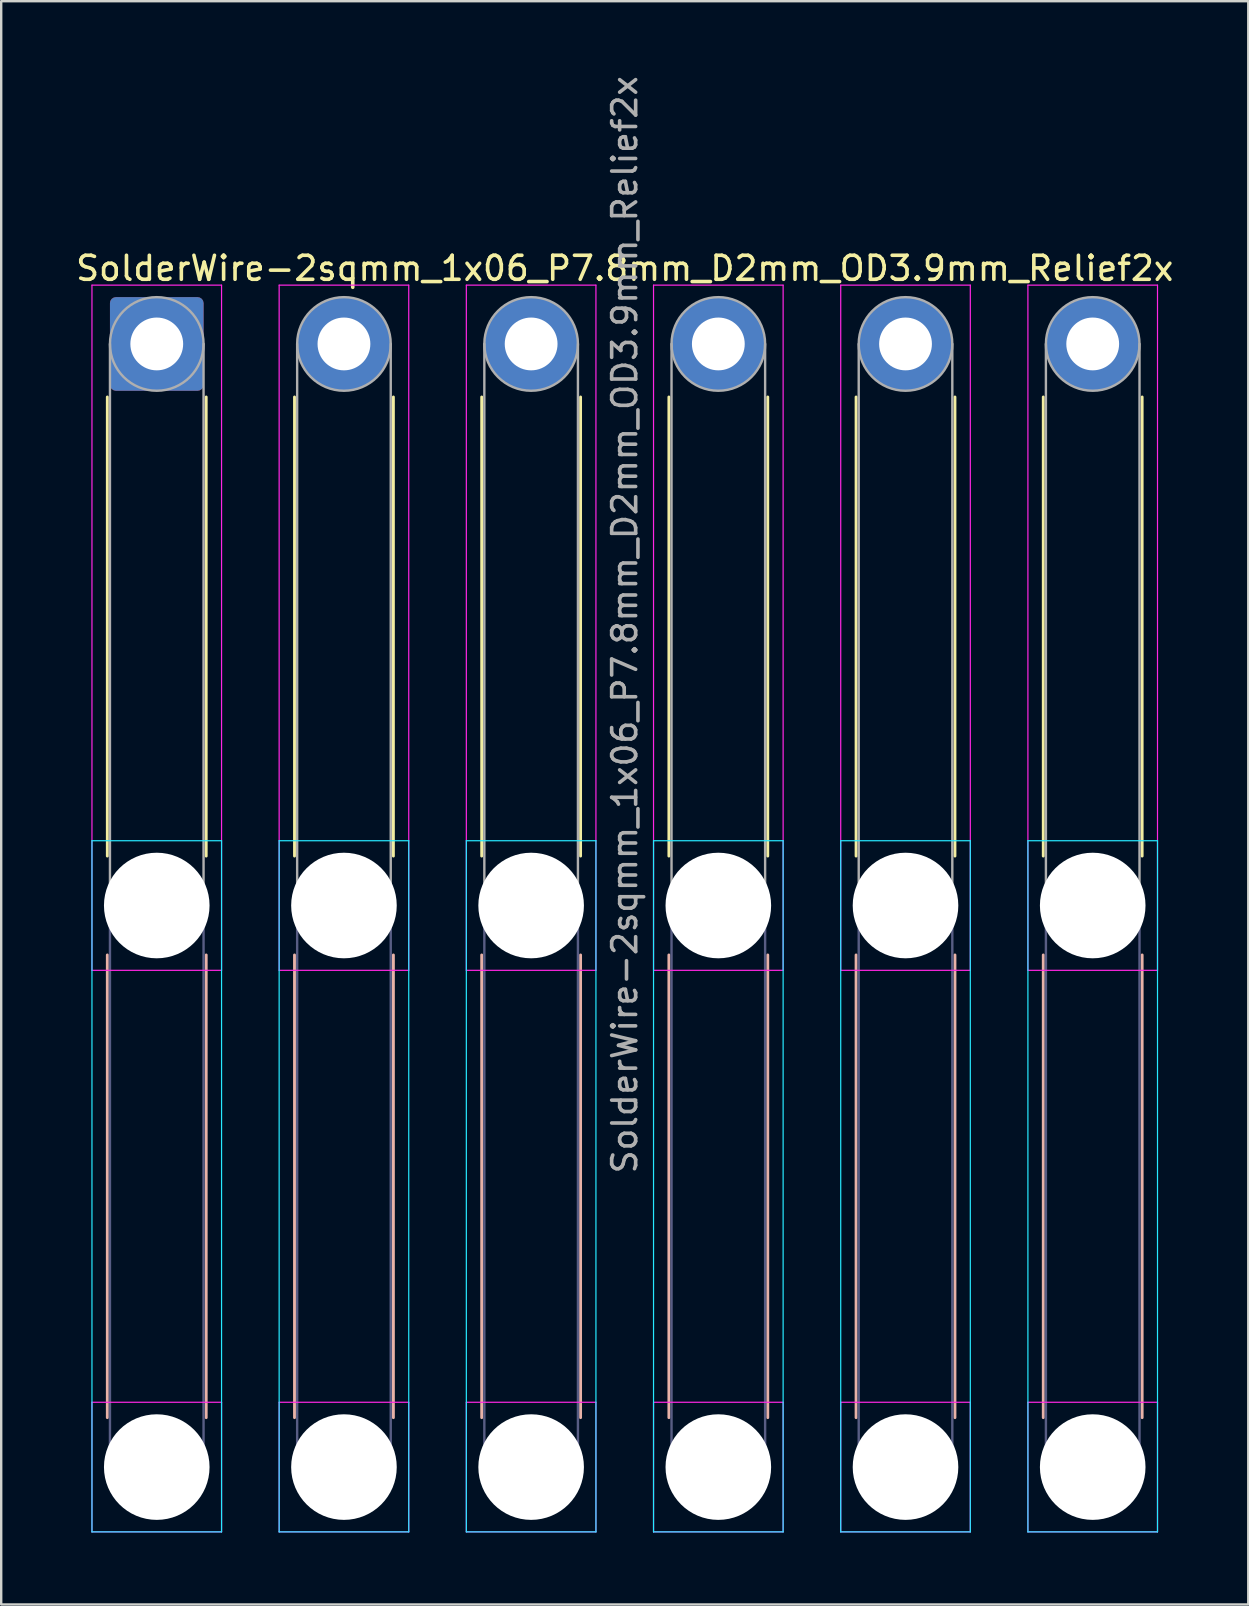
<source format=kicad_pcb>
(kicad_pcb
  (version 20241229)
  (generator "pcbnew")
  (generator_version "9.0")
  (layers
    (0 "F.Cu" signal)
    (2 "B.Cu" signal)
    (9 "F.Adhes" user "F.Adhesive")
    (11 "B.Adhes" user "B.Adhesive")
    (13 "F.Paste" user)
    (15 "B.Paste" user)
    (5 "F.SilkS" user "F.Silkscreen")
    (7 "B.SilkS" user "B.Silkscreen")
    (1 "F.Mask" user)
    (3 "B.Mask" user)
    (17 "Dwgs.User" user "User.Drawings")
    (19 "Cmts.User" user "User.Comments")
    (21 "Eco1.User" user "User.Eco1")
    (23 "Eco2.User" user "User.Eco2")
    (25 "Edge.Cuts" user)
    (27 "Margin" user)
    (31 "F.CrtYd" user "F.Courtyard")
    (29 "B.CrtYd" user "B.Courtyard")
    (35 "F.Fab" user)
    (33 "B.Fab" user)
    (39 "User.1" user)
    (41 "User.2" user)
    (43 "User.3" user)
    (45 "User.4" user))
  (footprint "SolderWire-2sqmm_1x06_P7.8mm_D2mm_OD3.9mm_Relief2x"
    (layer "F.Cu")
    (at 3.482 11.282)
    (property "Reference" "SolderWire-2sqmm_1x06_P7.8mm_D2mm_OD3.9mm_Relief2x" (at 19.5 -3.15 0) (layer "F.SilkS") (effects (font (size 1 1) (thickness 0.15))))
    (attr exclude_from_pos_files exclude_from_bom)
    (fp_line (start -2.06 2.21) (end -2.06 21.34) (stroke (width 0.12) (type solid)) (layer "F.SilkS"))
    (fp_line (start 2.06 2.21) (end 2.06 21.34) (stroke (width 0.12) (type solid)) (layer "F.SilkS"))
    (fp_line (start 5.74 2.21) (end 5.74 21.34) (stroke (width 0.12) (type solid)) (layer "F.SilkS"))
    (fp_line (start 9.86 2.21) (end 9.86 21.34) (stroke (width 0.12) (type solid)) (layer "F.SilkS"))
    (fp_line (start 13.54 2.21) (end 13.54 21.34) (stroke (width 0.12) (type solid)) (layer "F.SilkS"))
    (fp_line (start 17.66 2.21) (end 17.66 21.34) (stroke (width 0.12) (type solid)) (layer "F.SilkS"))
    (fp_line (start 21.34 2.21) (end 21.34 21.34) (stroke (width 0.12) (type solid)) (layer "F.SilkS"))
    (fp_line (start 25.46 2.21) (end 25.46 21.34) (stroke (width 0.12) (type solid)) (layer "F.SilkS"))
    (fp_line (start 29.14 2.21) (end 29.14 21.34) (stroke (width 0.12) (type solid)) (layer "F.SilkS"))
    (fp_line (start 33.26 2.21) (end 33.26 21.34) (stroke (width 0.12) (type solid)) (layer "F.SilkS"))
    (fp_line (start 36.94 2.21) (end 36.94 21.34) (stroke (width 0.12) (type solid)) (layer "F.SilkS"))
    (fp_line (start 41.06 2.21) (end 41.06 21.34) (stroke (width 0.12) (type solid)) (layer "F.SilkS"))
    (fp_line (start -2.06 25.46) (end -2.06 44.74) (stroke (width 0.12) (type solid)) (layer "B.SilkS"))
    (fp_line (start 2.06 25.46) (end 2.06 44.74) (stroke (width 0.12) (type solid)) (layer "B.SilkS"))
    (fp_line (start 5.74 25.46) (end 5.74 44.74) (stroke (width 0.12) (type solid)) (layer "B.SilkS"))
    (fp_line (start 9.86 25.46) (end 9.86 44.74) (stroke (width 0.12) (type solid)) (layer "B.SilkS"))
    (fp_line (start 13.54 25.46) (end 13.54 44.74) (stroke (width 0.12) (type solid)) (layer "B.SilkS"))
    (fp_line (start 17.66 25.46) (end 17.66 44.74) (stroke (width 0.12) (type solid)) (layer "B.SilkS"))
    (fp_line (start 21.34 25.46) (end 21.34 44.74) (stroke (width 0.12) (type solid)) (layer "B.SilkS"))
    (fp_line (start 25.46 25.46) (end 25.46 44.74) (stroke (width 0.12) (type solid)) (layer "B.SilkS"))
    (fp_line (start 29.14 25.46) (end 29.14 44.74) (stroke (width 0.12) (type solid)) (layer "B.SilkS"))
    (fp_line (start 33.26 25.46) (end 33.26 44.74) (stroke (width 0.12) (type solid)) (layer "B.SilkS"))
    (fp_line (start 36.94 25.46) (end 36.94 44.74) (stroke (width 0.12) (type solid)) (layer "B.SilkS"))
    (fp_line (start 41.06 25.46) (end 41.06 44.74) (stroke (width 0.12) (type solid)) (layer "B.SilkS"))
    (fp_line (start -2.7 20.7) (end -2.7 49.5) (stroke (width 0.05) (type solid)) (layer "B.CrtYd"))
    (fp_line (start -2.7 49.5) (end 2.7 49.5) (stroke (width 0.05) (type solid)) (layer "B.CrtYd"))
    (fp_line (start 2.7 20.7) (end -2.7 20.7) (stroke (width 0.05) (type solid)) (layer "B.CrtYd"))
    (fp_line (start 2.7 49.5) (end 2.7 20.7) (stroke (width 0.05) (type solid)) (layer "B.CrtYd"))
    (fp_line (start 5.1 20.7) (end 5.1 49.5) (stroke (width 0.05) (type solid)) (layer "B.CrtYd"))
    (fp_line (start 5.1 49.5) (end 10.5 49.5) (stroke (width 0.05) (type solid)) (layer "B.CrtYd"))
    (fp_line (start 10.5 20.7) (end 5.1 20.7) (stroke (width 0.05) (type solid)) (layer "B.CrtYd"))
    (fp_line (start 10.5 49.5) (end 10.5 20.7) (stroke (width 0.05) (type solid)) (layer "B.CrtYd"))
    (fp_line (start 12.9 20.7) (end 12.9 49.5) (stroke (width 0.05) (type solid)) (layer "B.CrtYd"))
    (fp_line (start 12.9 49.5) (end 18.3 49.5) (stroke (width 0.05) (type solid)) (layer "B.CrtYd"))
    (fp_line (start 18.3 20.7) (end 12.9 20.7) (stroke (width 0.05) (type solid)) (layer "B.CrtYd"))
    (fp_line (start 18.3 49.5) (end 18.3 20.7) (stroke (width 0.05) (type solid)) (layer "B.CrtYd"))
    (fp_line (start 20.7 20.7) (end 20.7 49.5) (stroke (width 0.05) (type solid)) (layer "B.CrtYd"))
    (fp_line (start 20.7 49.5) (end 26.1 49.5) (stroke (width 0.05) (type solid)) (layer "B.CrtYd"))
    (fp_line (start 26.1 20.7) (end 20.7 20.7) (stroke (width 0.05) (type solid)) (layer "B.CrtYd"))
    (fp_line (start 26.1 49.5) (end 26.1 20.7) (stroke (width 0.05) (type solid)) (layer "B.CrtYd"))
    (fp_line (start 28.5 20.7) (end 28.5 49.5) (stroke (width 0.05) (type solid)) (layer "B.CrtYd"))
    (fp_line (start 28.5 49.5) (end 33.9 49.5) (stroke (width 0.05) (type solid)) (layer "B.CrtYd"))
    (fp_line (start 33.9 20.7) (end 28.5 20.7) (stroke (width 0.05) (type solid)) (layer "B.CrtYd"))
    (fp_line (start 33.9 49.5) (end 33.9 20.7) (stroke (width 0.05) (type solid)) (layer "B.CrtYd"))
    (fp_line (start 36.3 20.7) (end 36.3 49.5) (stroke (width 0.05) (type solid)) (layer "B.CrtYd"))
    (fp_line (start 36.3 49.5) (end 41.7 49.5) (stroke (width 0.05) (type solid)) (layer "B.CrtYd"))
    (fp_line (start 41.7 20.7) (end 36.3 20.7) (stroke (width 0.05) (type solid)) (layer "B.CrtYd"))
    (fp_line (start 41.7 49.5) (end 41.7 20.7) (stroke (width 0.05) (type solid)) (layer "B.CrtYd"))
    (fp_line (start -2.7 -2.45) (end -2.7 26.1) (stroke (width 0.05) (type solid)) (layer "F.CrtYd"))
    (fp_line (start -2.7 26.1) (end 2.7 26.1) (stroke (width 0.05) (type solid)) (layer "F.CrtYd"))
    (fp_line (start -2.7 44.1) (end -2.7 49.5) (stroke (width 0.05) (type solid)) (layer "F.CrtYd"))
    (fp_line (start -2.7 49.5) (end 2.7 49.5) (stroke (width 0.05) (type solid)) (layer "F.CrtYd"))
    (fp_line (start 2.7 -2.45) (end -2.7 -2.45) (stroke (width 0.05) (type solid)) (layer "F.CrtYd"))
    (fp_line (start 2.7 26.1) (end 2.7 -2.45) (stroke (width 0.05) (type solid)) (layer "F.CrtYd"))
    (fp_line (start 2.7 44.1) (end -2.7 44.1) (stroke (width 0.05) (type solid)) (layer "F.CrtYd"))
    (fp_line (start 2.7 49.5) (end 2.7 44.1) (stroke (width 0.05) (type solid)) (layer "F.CrtYd"))
    (fp_line (start 5.1 -2.45) (end 5.1 26.1) (stroke (width 0.05) (type solid)) (layer "F.CrtYd"))
    (fp_line (start 5.1 26.1) (end 10.5 26.1) (stroke (width 0.05) (type solid)) (layer "F.CrtYd"))
    (fp_line (start 5.1 44.1) (end 5.1 49.5) (stroke (width 0.05) (type solid)) (layer "F.CrtYd"))
    (fp_line (start 5.1 49.5) (end 10.5 49.5) (stroke (width 0.05) (type solid)) (layer "F.CrtYd"))
    (fp_line (start 10.5 -2.45) (end 5.1 -2.45) (stroke (width 0.05) (type solid)) (layer "F.CrtYd"))
    (fp_line (start 10.5 26.1) (end 10.5 -2.45) (stroke (width 0.05) (type solid)) (layer "F.CrtYd"))
    (fp_line (start 10.5 44.1) (end 5.1 44.1) (stroke (width 0.05) (type solid)) (layer "F.CrtYd"))
    (fp_line (start 10.5 49.5) (end 10.5 44.1) (stroke (width 0.05) (type solid)) (layer "F.CrtYd"))
    (fp_line (start 12.9 -2.45) (end 12.9 26.1) (stroke (width 0.05) (type solid)) (layer "F.CrtYd"))
    (fp_line (start 12.9 26.1) (end 18.3 26.1) (stroke (width 0.05) (type solid)) (layer "F.CrtYd"))
    (fp_line (start 12.9 44.1) (end 12.9 49.5) (stroke (width 0.05) (type solid)) (layer "F.CrtYd"))
    (fp_line (start 12.9 49.5) (end 18.3 49.5) (stroke (width 0.05) (type solid)) (layer "F.CrtYd"))
    (fp_line (start 18.3 -2.45) (end 12.9 -2.45) (stroke (width 0.05) (type solid)) (layer "F.CrtYd"))
    (fp_line (start 18.3 26.1) (end 18.3 -2.45) (stroke (width 0.05) (type solid)) (layer "F.CrtYd"))
    (fp_line (start 18.3 44.1) (end 12.9 44.1) (stroke (width 0.05) (type solid)) (layer "F.CrtYd"))
    (fp_line (start 18.3 49.5) (end 18.3 44.1) (stroke (width 0.05) (type solid)) (layer "F.CrtYd"))
    (fp_line (start 20.7 -2.45) (end 20.7 26.1) (stroke (width 0.05) (type solid)) (layer "F.CrtYd"))
    (fp_line (start 20.7 26.1) (end 26.1 26.1) (stroke (width 0.05) (type solid)) (layer "F.CrtYd"))
    (fp_line (start 20.7 44.1) (end 20.7 49.5) (stroke (width 0.05) (type solid)) (layer "F.CrtYd"))
    (fp_line (start 20.7 49.5) (end 26.1 49.5) (stroke (width 0.05) (type solid)) (layer "F.CrtYd"))
    (fp_line (start 26.1 -2.45) (end 20.7 -2.45) (stroke (width 0.05) (type solid)) (layer "F.CrtYd"))
    (fp_line (start 26.1 26.1) (end 26.1 -2.45) (stroke (width 0.05) (type solid)) (layer "F.CrtYd"))
    (fp_line (start 26.1 44.1) (end 20.7 44.1) (stroke (width 0.05) (type solid)) (layer "F.CrtYd"))
    (fp_line (start 26.1 49.5) (end 26.1 44.1) (stroke (width 0.05) (type solid)) (layer "F.CrtYd"))
    (fp_line (start 28.5 -2.45) (end 28.5 26.1) (stroke (width 0.05) (type solid)) (layer "F.CrtYd"))
    (fp_line (start 28.5 26.1) (end 33.9 26.1) (stroke (width 0.05) (type solid)) (layer "F.CrtYd"))
    (fp_line (start 28.5 44.1) (end 28.5 49.5) (stroke (width 0.05) (type solid)) (layer "F.CrtYd"))
    (fp_line (start 28.5 49.5) (end 33.9 49.5) (stroke (width 0.05) (type solid)) (layer "F.CrtYd"))
    (fp_line (start 33.9 -2.45) (end 28.5 -2.45) (stroke (width 0.05) (type solid)) (layer "F.CrtYd"))
    (fp_line (start 33.9 26.1) (end 33.9 -2.45) (stroke (width 0.05) (type solid)) (layer "F.CrtYd"))
    (fp_line (start 33.9 44.1) (end 28.5 44.1) (stroke (width 0.05) (type solid)) (layer "F.CrtYd"))
    (fp_line (start 33.9 49.5) (end 33.9 44.1) (stroke (width 0.05) (type solid)) (layer "F.CrtYd"))
    (fp_line (start 36.3 -2.45) (end 36.3 26.1) (stroke (width 0.05) (type solid)) (layer "F.CrtYd"))
    (fp_line (start 36.3 26.1) (end 41.7 26.1) (stroke (width 0.05) (type solid)) (layer "F.CrtYd"))
    (fp_line (start 36.3 44.1) (end 36.3 49.5) (stroke (width 0.05) (type solid)) (layer "F.CrtYd"))
    (fp_line (start 36.3 49.5) (end 41.7 49.5) (stroke (width 0.05) (type solid)) (layer "F.CrtYd"))
    (fp_line (start 41.7 -2.45) (end 36.3 -2.45) (stroke (width 0.05) (type solid)) (layer "F.CrtYd"))
    (fp_line (start 41.7 26.1) (end 41.7 -2.45) (stroke (width 0.05) (type solid)) (layer "F.CrtYd"))
    (fp_line (start 41.7 44.1) (end 36.3 44.1) (stroke (width 0.05) (type solid)) (layer "F.CrtYd"))
    (fp_line (start 41.7 49.5) (end 41.7 44.1) (stroke (width 0.05) (type solid)) (layer "F.CrtYd"))
    (fp_line (start -1.95 23.4) (end -1.95 46.8) (stroke (width 0.1) (type solid)) (layer "B.Fab"))
    (fp_line (start 1.95 23.4) (end 1.95 46.8) (stroke (width 0.1) (type solid)) (layer "B.Fab"))
    (fp_line (start 5.85 23.4) (end 5.85 46.8) (stroke (width 0.1) (type solid)) (layer "B.Fab"))
    (fp_line (start 9.75 23.4) (end 9.75 46.8) (stroke (width 0.1) (type solid)) (layer "B.Fab"))
    (fp_line (start 13.65 23.4) (end 13.65 46.8) (stroke (width 0.1) (type solid)) (layer "B.Fab"))
    (fp_line (start 17.55 23.4) (end 17.55 46.8) (stroke (width 0.1) (type solid)) (layer "B.Fab"))
    (fp_line (start 21.45 23.4) (end 21.45 46.8) (stroke (width 0.1) (type solid)) (layer "B.Fab"))
    (fp_line (start 25.35 23.4) (end 25.35 46.8) (stroke (width 0.1) (type solid)) (layer "B.Fab"))
    (fp_line (start 29.25 23.4) (end 29.25 46.8) (stroke (width 0.1) (type solid)) (layer "B.Fab"))
    (fp_line (start 33.15 23.4) (end 33.15 46.8) (stroke (width 0.1) (type solid)) (layer "B.Fab"))
    (fp_line (start 37.05 23.4) (end 37.05 46.8) (stroke (width 0.1) (type solid)) (layer "B.Fab"))
    (fp_line (start 40.95 23.4) (end 40.95 46.8) (stroke (width 0.1) (type solid)) (layer "B.Fab"))
    (fp_circle (center 0 23.4) (end 1.95 23.4) (stroke (width 0.1) (type solid)) (fill no) (layer "B.Fab"))
    (fp_circle (center 0 46.8) (end 1.95 46.8) (stroke (width 0.1) (type solid)) (fill no) (layer "B.Fab"))
    (fp_circle (center 7.8 23.4) (end 9.75 23.4) (stroke (width 0.1) (type solid)) (fill no) (layer "B.Fab"))
    (fp_circle (center 7.8 46.8) (end 9.75 46.8) (stroke (width 0.1) (type solid)) (fill no) (layer "B.Fab"))
    (fp_circle (center 15.6 23.4) (end 17.55 23.4) (stroke (width 0.1) (type solid)) (fill no) (layer "B.Fab"))
    (fp_circle (center 15.6 46.8) (end 17.55 46.8) (stroke (width 0.1) (type solid)) (fill no) (layer "B.Fab"))
    (fp_circle (center 23.4 23.4) (end 25.35 23.4) (stroke (width 0.1) (type solid)) (fill no) (layer "B.Fab"))
    (fp_circle (center 23.4 46.8) (end 25.35 46.8) (stroke (width 0.1) (type solid)) (fill no) (layer "B.Fab"))
    (fp_circle (center 31.2 23.4) (end 33.15 23.4) (stroke (width 0.1) (type solid)) (fill no) (layer "B.Fab"))
    (fp_circle (center 31.2 46.8) (end 33.15 46.8) (stroke (width 0.1) (type solid)) (fill no) (layer "B.Fab"))
    (fp_circle (center 39 23.4) (end 40.95 23.4) (stroke (width 0.1) (type solid)) (fill no) (layer "B.Fab"))
    (fp_circle (center 39 46.8) (end 40.95 46.8) (stroke (width 0.1) (type solid)) (fill no) (layer "B.Fab"))
    (fp_line (start -1.95 0) (end -1.95 23.4) (stroke (width 0.1) (type solid)) (layer "F.Fab"))
    (fp_line (start 1.95 0) (end 1.95 23.4) (stroke (width 0.1) (type solid)) (layer "F.Fab"))
    (fp_line (start 5.85 0) (end 5.85 23.4) (stroke (width 0.1) (type solid)) (layer "F.Fab"))
    (fp_line (start 9.75 0) (end 9.75 23.4) (stroke (width 0.1) (type solid)) (layer "F.Fab"))
    (fp_line (start 13.65 0) (end 13.65 23.4) (stroke (width 0.1) (type solid)) (layer "F.Fab"))
    (fp_line (start 17.55 0) (end 17.55 23.4) (stroke (width 0.1) (type solid)) (layer "F.Fab"))
    (fp_line (start 21.45 0) (end 21.45 23.4) (stroke (width 0.1) (type solid)) (layer "F.Fab"))
    (fp_line (start 25.35 0) (end 25.35 23.4) (stroke (width 0.1) (type solid)) (layer "F.Fab"))
    (fp_line (start 29.25 0) (end 29.25 23.4) (stroke (width 0.1) (type solid)) (layer "F.Fab"))
    (fp_line (start 33.15 0) (end 33.15 23.4) (stroke (width 0.1) (type solid)) (layer "F.Fab"))
    (fp_line (start 37.05 0) (end 37.05 23.4) (stroke (width 0.1) (type solid)) (layer "F.Fab"))
    (fp_line (start 40.95 0) (end 40.95 23.4) (stroke (width 0.1) (type solid)) (layer "F.Fab"))
    (fp_circle (center 0 0) (end 1.95 0) (stroke (width 0.1) (type solid)) (fill no) (layer "F.Fab"))
    (fp_circle (center 0 23.4) (end 1.95 23.4) (stroke (width 0.1) (type solid)) (fill no) (layer "F.Fab"))
    (fp_circle (center 0 46.8) (end 1.95 46.8) (stroke (width 0.1) (type solid)) (fill no) (layer "F.Fab"))
    (fp_circle (center 7.8 0) (end 9.75 0) (stroke (width 0.1) (type solid)) (fill no) (layer "F.Fab"))
    (fp_circle (center 7.8 23.4) (end 9.75 23.4) (stroke (width 0.1) (type solid)) (fill no) (layer "F.Fab"))
    (fp_circle (center 7.8 46.8) (end 9.75 46.8) (stroke (width 0.1) (type solid)) (fill no) (layer "F.Fab"))
    (fp_circle (center 15.6 0) (end 17.55 0) (stroke (width 0.1) (type solid)) (fill no) (layer "F.Fab"))
    (fp_circle (center 15.6 23.4) (end 17.55 23.4) (stroke (width 0.1) (type solid)) (fill no) (layer "F.Fab"))
    (fp_circle (center 15.6 46.8) (end 17.55 46.8) (stroke (width 0.1) (type solid)) (fill no) (layer "F.Fab"))
    (fp_circle (center 23.4 0) (end 25.35 0) (stroke (width 0.1) (type solid)) (fill no) (layer "F.Fab"))
    (fp_circle (center 23.4 23.4) (end 25.35 23.4) (stroke (width 0.1) (type solid)) (fill no) (layer "F.Fab"))
    (fp_circle (center 23.4 46.8) (end 25.35 46.8) (stroke (width 0.1) (type solid)) (fill no) (layer "F.Fab"))
    (fp_circle (center 31.2 0) (end 33.15 0) (stroke (width 0.1) (type solid)) (fill no) (layer "F.Fab"))
    (fp_circle (center 31.2 23.4) (end 33.15 23.4) (stroke (width 0.1) (type solid)) (fill no) (layer "F.Fab"))
    (fp_circle (center 31.2 46.8) (end 33.15 46.8) (stroke (width 0.1) (type solid)) (fill no) (layer "F.Fab"))
    (fp_circle (center 39 0) (end 40.95 0) (stroke (width 0.1) (type solid)) (fill no) (layer "F.Fab"))
    (fp_circle (center 39 23.4) (end 40.95 23.4) (stroke (width 0.1) (type solid)) (fill no) (layer "F.Fab"))
    (fp_circle (center 39 46.8) (end 40.95 46.8) (stroke (width 0.1) (type solid)) (fill no) (layer "F.Fab"))
    (fp_text user "${REFERENCE}" (at 19.5 11.7 90) (layer "F.Fab") (effects (font (size 1 1) (thickness 0.15))))
    (pad "" np_thru_hole circle (at 0 23.4) (size 4.4 4.4) (drill 4.4) (layers "*.Cu" "*.Mask"))
    (pad "" np_thru_hole circle (at 0 46.8) (size 4.4 4.4) (drill 4.4) (layers "*.Cu" "*.Mask"))
    (pad "" np_thru_hole circle (at 7.8 23.4) (size 4.4 4.4) (drill 4.4) (layers "*.Cu" "*.Mask"))
    (pad "" np_thru_hole circle (at 7.8 46.8) (size 4.4 4.4) (drill 4.4) (layers "*.Cu" "*.Mask"))
    (pad "" np_thru_hole circle (at 15.6 23.4) (size 4.4 4.4) (drill 4.4) (layers "*.Cu" "*.Mask"))
    (pad "" np_thru_hole circle (at 15.6 46.8) (size 4.4 4.4) (drill 4.4) (layers "*.Cu" "*.Mask"))
    (pad "" np_thru_hole circle (at 23.4 23.4) (size 4.4 4.4) (drill 4.4) (layers "*.Cu" "*.Mask"))
    (pad "" np_thru_hole circle (at 23.4 46.8) (size 4.4 4.4) (drill 4.4) (layers "*.Cu" "*.Mask"))
    (pad "" np_thru_hole circle (at 31.2 23.4) (size 4.4 4.4) (drill 4.4) (layers "*.Cu" "*.Mask"))
    (pad "" np_thru_hole circle (at 31.2 46.8) (size 4.4 4.4) (drill 4.4) (layers "*.Cu" "*.Mask"))
    (pad "" np_thru_hole circle (at 39 23.4) (size 4.4 4.4) (drill 4.4) (layers "*.Cu" "*.Mask"))
    (pad "" np_thru_hole circle (at 39 46.8) (size 4.4 4.4) (drill 4.4) (layers "*.Cu" "*.Mask"))
    (pad "1" thru_hole roundrect (at 0 0) (size 3.9 3.9) (drill 2.2) (layers "*.Cu" "*.Mask") (roundrect_rratio 0.064))
    (pad "2" thru_hole circle (at 7.8 0) (size 3.9 3.9) (drill 2.2) (layers "*.Cu" "*.Mask"))
    (pad "3" thru_hole circle (at 15.6 0) (size 3.9 3.9) (drill 2.2) (layers "*.Cu" "*.Mask"))
    (pad "4" thru_hole circle (at 23.4 0) (size 3.9 3.9) (drill 2.2) (layers "*.Cu" "*.Mask"))
    (pad "5" thru_hole circle (at 31.2 0) (size 3.9 3.9) (drill 2.2) (layers "*.Cu" "*.Mask"))
    (pad "6" thru_hole circle (at 39 0) (size 3.9 3.9) (drill 2.2) (layers "*.Cu" "*.Mask")))
  (gr_rect
    (start -3 -3)
    (end 48.964 63.807)
    (stroke (width 0.1) (type default))
    (fill no)
    (layer "Edge.Cuts")))
</source>
